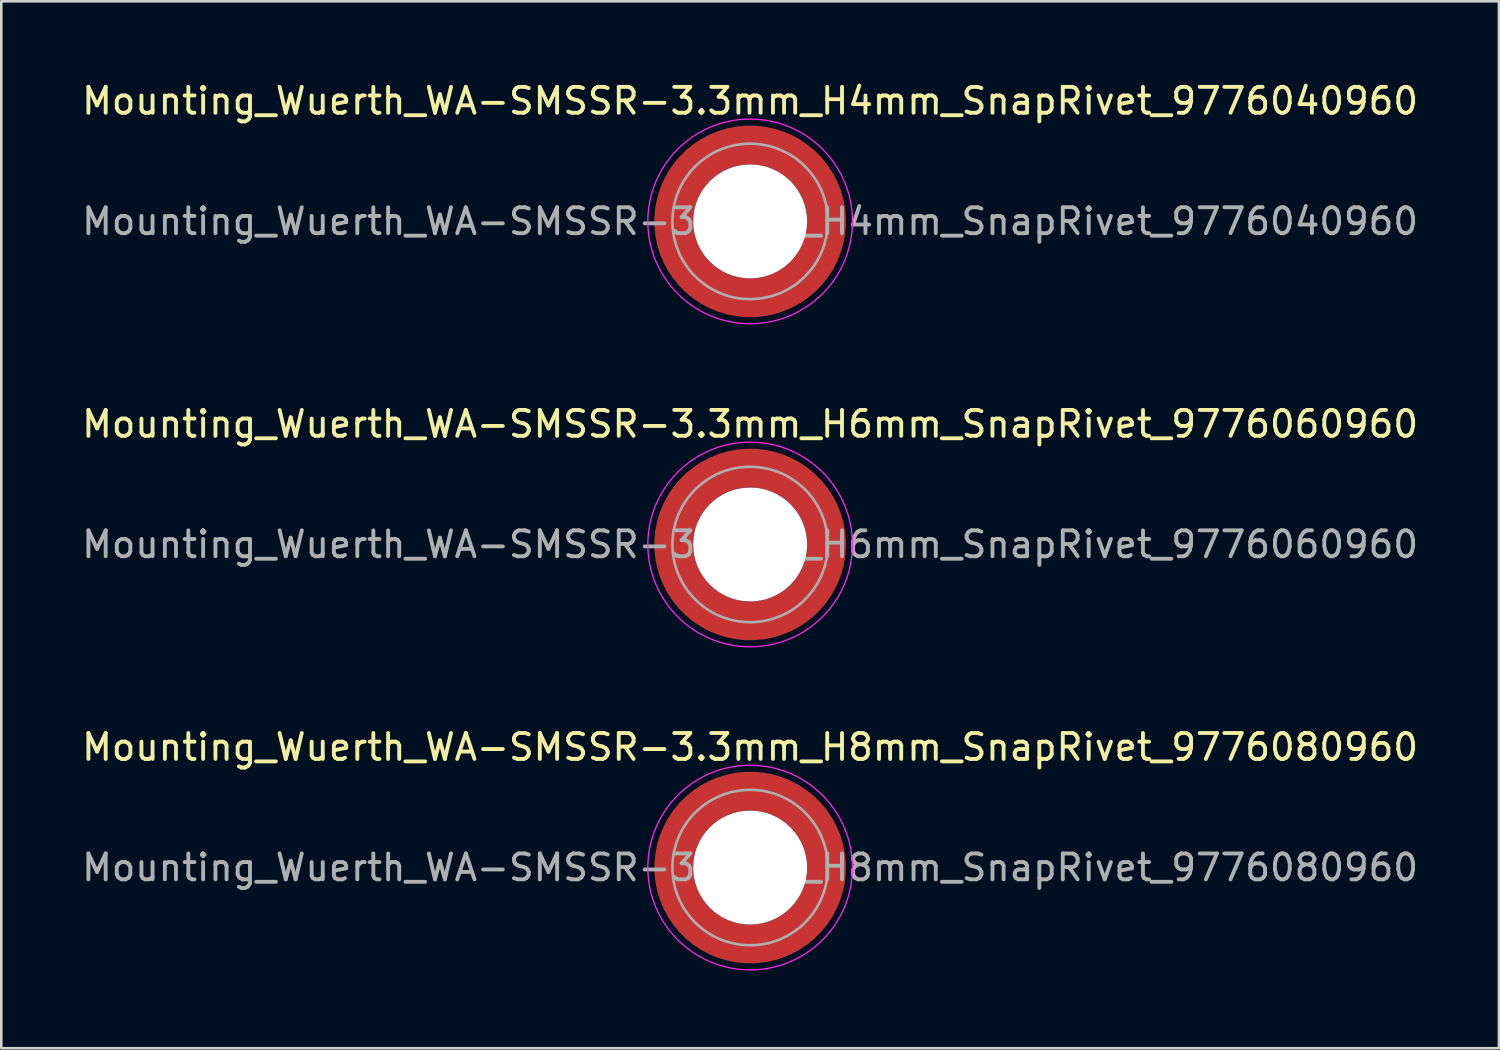
<source format=kicad_pcb>
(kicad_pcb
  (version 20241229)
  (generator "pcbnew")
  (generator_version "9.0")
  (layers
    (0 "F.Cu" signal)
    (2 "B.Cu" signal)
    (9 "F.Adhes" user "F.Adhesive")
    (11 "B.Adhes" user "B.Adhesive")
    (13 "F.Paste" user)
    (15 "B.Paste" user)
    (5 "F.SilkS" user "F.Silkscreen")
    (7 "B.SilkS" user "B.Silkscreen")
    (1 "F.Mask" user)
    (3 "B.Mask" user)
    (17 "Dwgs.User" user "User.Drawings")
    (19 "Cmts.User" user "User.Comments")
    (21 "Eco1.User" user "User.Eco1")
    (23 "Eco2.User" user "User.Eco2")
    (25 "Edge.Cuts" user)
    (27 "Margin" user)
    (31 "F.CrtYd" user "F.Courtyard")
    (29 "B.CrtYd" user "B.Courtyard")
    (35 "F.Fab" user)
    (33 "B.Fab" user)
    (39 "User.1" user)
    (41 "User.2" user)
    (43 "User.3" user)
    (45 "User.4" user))
  (footprint "Mounting_Wuerth_WA-SMSSR-3.3mm_H6mm_SnapRivet_9776060960"
    (layer "F.Cu")
    (at 25.911 17.971)
    (property "Reference" "Mounting_Wuerth_WA-SMSSR-3.3mm_H6mm_SnapRivet_9776060960" (at 0 -4.65 0) (layer "F.SilkS") (effects (font (size 1 1) (thickness 0.15))))
    (attr smd allow_soldermask_bridges)
    (fp_circle (center 0 0) (end 3.95 0) (stroke (width 0.05) (type solid)) (fill no) (layer "F.CrtYd"))
    (fp_circle (center 0 0) (end 3 0) (stroke (width 0.1) (type solid)) (fill no) (layer "F.Fab"))
    (fp_text user "${REFERENCE}" (at 0 0 0) (layer "F.Fab") (effects (font (size 1 1) (thickness 0.15))))
    (pad "" smd custom (at -2.077 -2.077) (size 0.698 0.698) (layers "F.Paste") (options (anchor circle)) (primitives (gr_arc (start -0.208831 1.577126) (mid 0.422496 0.422496) (end 1.577126 -0.208831) (width 0.2)) (gr_arc (start -0.310669 1.577126) (mid 0.35208 0.35208) (end 1.577126 -0.310669) (width 0.2)) (gr_arc (start -0.412325 1.577126) (mid 0.281664 0.281664) (end 1.577126 -0.412325) (width 0.2)) (gr_arc (start -0.51382 1.577126) (mid 0.211248 0.211248) (end 1.577126 -0.51382) (width 0.2)) (gr_arc (start -0.615172 1.577126) (mid 0.140832 0.140832) (end 1.577126 -0.615172) (width 0.2)) (gr_arc (start -0.716397 1.577126) (mid 0.070416 0.070416) (end 1.577126 -0.716397) (width 0.2)) (gr_arc (start -0.817508 1.577126) (mid 0 0) (end 1.577126 -0.817508) (width 0.2)) (gr_arc (start -0.918517 1.577126) (mid -0.070416 -0.070416) (end 1.577126 -0.918517) (width 0.2)) (gr_arc (start -1.019433 1.577126) (mid -0.140832 -0.140832) (end 1.577126 -1.019433) (width 0.2)) (gr_arc (start -1.120266 1.577126) (mid -0.211248 -0.211248) (end 1.577126 -1.120266) (width 0.2)) (gr_arc (start -1.221022 1.577126) (mid -0.281664 -0.281664) (end 1.577126 -1.221022) (width 0.2)) (gr_arc (start -1.32171 1.577126) (mid -0.35208 -0.35208) (end 1.577126 -1.32171) (width 0.2)) (gr_arc (start -1.422335 1.577126) (mid -0.422496 -0.422496) (end 1.577126 -1.422335) (width 0.2)) (gr_line (start 1.577 -0.209) (end 1.577 -1.422) (width 0.2)) (gr_line (start -0.209 1.577) (end -1.422 1.577) (width 0.2))))
    (pad "" smd custom (at -2.077 2.077) (size 0.698 0.698) (layers "F.Paste") (options (anchor circle)) (primitives (gr_arc (start 1.577126 0.208831) (mid 0.422496 -0.422496) (end -0.208831 -1.577126) (width 0.2)) (gr_arc (start 1.577126 0.310669) (mid 0.35208 -0.35208) (end -0.310669 -1.577126) (width 0.2)) (gr_arc (start 1.577126 0.412325) (mid 0.281664 -0.281664) (end -0.412325 -1.577126) (width 0.2)) (gr_arc (start 1.577126 0.51382) (mid 0.211248 -0.211248) (end -0.51382 -1.577126) (width 0.2)) (gr_arc (start 1.577126 0.615172) (mid 0.140832 -0.140832) (end -0.615172 -1.577126) (width 0.2)) (gr_arc (start 1.577126 0.716397) (mid 0.070416 -0.070416) (end -0.716397 -1.577126) (width 0.2)) (gr_arc (start 1.577126 0.817508) (mid 0 0) (end -0.817508 -1.577126) (width 0.2)) (gr_arc (start 1.577126 0.918517) (mid -0.070416 0.070416) (end -0.918517 -1.577126) (width 0.2)) (gr_arc (start 1.577126 1.019433) (mid -0.140832 0.140832) (end -1.019433 -1.577126) (width 0.2)) (gr_arc (start 1.577126 1.120266) (mid -0.211248 0.211248) (end -1.120266 -1.577126) (width 0.2)) (gr_arc (start 1.577126 1.221022) (mid -0.281664 0.281664) (end -1.221022 -1.577126) (width 0.2)) (gr_arc (start 1.577126 1.32171) (mid -0.35208 0.35208) (end -1.32171 -1.577126) (width 0.2)) (gr_arc (start 1.577126 1.422335) (mid -0.422496 0.422496) (end -1.422335 -1.577126) (width 0.2)) (gr_line (start -0.209 -1.577) (end -1.422 -1.577) (width 0.2)) (gr_line (start 1.577 0.209) (end 1.577 1.422) (width 0.2))))
    (pad "" np_thru_hole circle (at 0 0) (size 4.4 4.4) (drill 4.4) (layers "*.Cu" "*.Mask"))
    (pad "" smd custom (at 2.077 -2.077) (size 0.698 0.698) (layers "F.Paste") (options (anchor circle)) (primitives (gr_arc (start -1.577126 -0.208831) (mid -0.422496 0.422496) (end 0.208831 1.577126) (width 0.2)) (gr_arc (start -1.577126 -0.310669) (mid -0.35208 0.35208) (end 0.310669 1.577126) (width 0.2)) (gr_arc (start -1.577126 -0.412325) (mid -0.281664 0.281664) (end 0.412325 1.577126) (width 0.2)) (gr_arc (start -1.577126 -0.51382) (mid -0.211248 0.211248) (end 0.51382 1.577126) (width 0.2)) (gr_arc (start -1.577126 -0.615172) (mid -0.140832 0.140832) (end 0.615172 1.577126) (width 0.2)) (gr_arc (start -1.577126 -0.716397) (mid -0.070416 0.070416) (end 0.716397 1.577126) (width 0.2)) (gr_arc (start -1.577126 -0.817508) (mid 0 0) (end 0.817508 1.577126) (width 0.2)) (gr_arc (start -1.577126 -0.918517) (mid 0.070416 -0.070416) (end 0.918517 1.577126) (width 0.2)) (gr_arc (start -1.577126 -1.019433) (mid 0.140832 -0.140832) (end 1.019433 1.577126) (width 0.2)) (gr_arc (start -1.577126 -1.120266) (mid 0.211248 -0.211248) (end 1.120266 1.577126) (width 0.2)) (gr_arc (start -1.577126 -1.221022) (mid 0.281664 -0.281664) (end 1.221022 1.577126) (width 0.2)) (gr_arc (start -1.577126 -1.32171) (mid 0.35208 -0.35208) (end 1.32171 1.577126) (width 0.2)) (gr_arc (start -1.577126 -1.422335) (mid 0.422496 -0.422496) (end 1.422335 1.577126) (width 0.2)) (gr_line (start 0.209 1.577) (end 1.422 1.577) (width 0.2)) (gr_line (start -1.577 -0.209) (end -1.577 -1.422) (width 0.2))))
    (pad "" smd custom (at 2.077 2.077) (size 0.698 0.698) (layers "F.Paste") (options (anchor circle)) (primitives (gr_arc (start 0.208831 -1.577126) (mid -0.422496 -0.422496) (end -1.577126 0.208831) (width 0.2)) (gr_arc (start 0.310669 -1.577126) (mid -0.35208 -0.35208) (end -1.577126 0.310669) (width 0.2)) (gr_arc (start 0.412325 -1.577126) (mid -0.281664 -0.281664) (end -1.577126 0.412325) (width 0.2)) (gr_arc (start 0.51382 -1.577126) (mid -0.211248 -0.211248) (end -1.577126 0.51382) (width 0.2)) (gr_arc (start 0.615172 -1.577126) (mid -0.140832 -0.140832) (end -1.577126 0.615172) (width 0.2)) (gr_arc (start 0.716397 -1.577126) (mid -0.070416 -0.070416) (end -1.577126 0.716397) (width 0.2)) (gr_arc (start 0.817508 -1.577126) (mid 0 0) (end -1.577126 0.817508) (width 0.2)) (gr_arc (start 0.918517 -1.577126) (mid 0.070416 0.070416) (end -1.577126 0.918517) (width 0.2)) (gr_arc (start 1.019433 -1.577126) (mid 0.140832 0.140832) (end -1.577126 1.019433) (width 0.2)) (gr_arc (start 1.120266 -1.577126) (mid 0.211248 0.211248) (end -1.577126 1.120266) (width 0.2)) (gr_arc (start 1.221022 -1.577126) (mid 0.281664 0.281664) (end -1.577126 1.221022) (width 0.2)) (gr_arc (start 1.32171 -1.577126) (mid 0.35208 0.35208) (end -1.577126 1.32171) (width 0.2)) (gr_arc (start 1.422335 -1.577126) (mid 0.422496 0.422496) (end -1.577126 1.422335) (width 0.2)) (gr_line (start -1.577 0.209) (end -1.577 1.422) (width 0.2)) (gr_line (start 0.209 -1.577) (end 1.422 -1.577) (width 0.2))))
    (pad "1" smd circle (at -2.95 0) (size 0.992 0.992) (layers "F.Cu"))
    (pad "1" smd circle (at 0 -2.95) (size 0.992 0.992) (layers "F.Cu"))
    (pad "1" smd circle (at 0 2.95) (size 0.992 0.992) (layers "F.Cu"))
    (pad "1" smd custom (at 2.95 0) (size 1.5 1.5) (layers "F.Cu" "F.Mask") (options (anchor circle)) (primitives (gr_circle (center -2.95 0) (end 0 0) (width 1.5) (fill no)))))
  (footprint "Mounting_Wuerth_WA-SMSSR-3.3mm_H8mm_SnapRivet_9776080960"
    (layer "F.Cu")
    (at 25.911 30.445)
    (property "Reference" "Mounting_Wuerth_WA-SMSSR-3.3mm_H8mm_SnapRivet_9776080960" (at 0 -4.65 0) (layer "F.SilkS") (effects (font (size 1 1) (thickness 0.15))))
    (attr smd allow_soldermask_bridges)
    (fp_circle (center 0 0) (end 3.95 0) (stroke (width 0.05) (type solid)) (fill no) (layer "F.CrtYd"))
    (fp_circle (center 0 0) (end 3 0) (stroke (width 0.1) (type solid)) (fill no) (layer "F.Fab"))
    (fp_text user "${REFERENCE}" (at 0 0 0) (layer "F.Fab") (effects (font (size 1 1) (thickness 0.15))))
    (pad "" smd custom (at -2.077 -2.077) (size 0.698 0.698) (layers "F.Paste") (options (anchor circle)) (primitives (gr_arc (start -0.208831 1.577126) (mid 0.422496 0.422496) (end 1.577126 -0.208831) (width 0.2)) (gr_arc (start -0.310669 1.577126) (mid 0.35208 0.35208) (end 1.577126 -0.310669) (width 0.2)) (gr_arc (start -0.412325 1.577126) (mid 0.281664 0.281664) (end 1.577126 -0.412325) (width 0.2)) (gr_arc (start -0.51382 1.577126) (mid 0.211248 0.211248) (end 1.577126 -0.51382) (width 0.2)) (gr_arc (start -0.615172 1.577126) (mid 0.140832 0.140832) (end 1.577126 -0.615172) (width 0.2)) (gr_arc (start -0.716397 1.577126) (mid 0.070416 0.070416) (end 1.577126 -0.716397) (width 0.2)) (gr_arc (start -0.817508 1.577126) (mid 0 0) (end 1.577126 -0.817508) (width 0.2)) (gr_arc (start -0.918517 1.577126) (mid -0.070416 -0.070416) (end 1.577126 -0.918517) (width 0.2)) (gr_arc (start -1.019433 1.577126) (mid -0.140832 -0.140832) (end 1.577126 -1.019433) (width 0.2)) (gr_arc (start -1.120266 1.577126) (mid -0.211248 -0.211248) (end 1.577126 -1.120266) (width 0.2)) (gr_arc (start -1.221022 1.577126) (mid -0.281664 -0.281664) (end 1.577126 -1.221022) (width 0.2)) (gr_arc (start -1.32171 1.577126) (mid -0.35208 -0.35208) (end 1.577126 -1.32171) (width 0.2)) (gr_arc (start -1.422335 1.577126) (mid -0.422496 -0.422496) (end 1.577126 -1.422335) (width 0.2)) (gr_line (start 1.577 -0.209) (end 1.577 -1.422) (width 0.2)) (gr_line (start -0.209 1.577) (end -1.422 1.577) (width 0.2))))
    (pad "" smd custom (at -2.077 2.077) (size 0.698 0.698) (layers "F.Paste") (options (anchor circle)) (primitives (gr_arc (start 1.577126 0.208831) (mid 0.422496 -0.422496) (end -0.208831 -1.577126) (width 0.2)) (gr_arc (start 1.577126 0.310669) (mid 0.35208 -0.35208) (end -0.310669 -1.577126) (width 0.2)) (gr_arc (start 1.577126 0.412325) (mid 0.281664 -0.281664) (end -0.412325 -1.577126) (width 0.2)) (gr_arc (start 1.577126 0.51382) (mid 0.211248 -0.211248) (end -0.51382 -1.577126) (width 0.2)) (gr_arc (start 1.577126 0.615172) (mid 0.140832 -0.140832) (end -0.615172 -1.577126) (width 0.2)) (gr_arc (start 1.577126 0.716397) (mid 0.070416 -0.070416) (end -0.716397 -1.577126) (width 0.2)) (gr_arc (start 1.577126 0.817508) (mid 0 0) (end -0.817508 -1.577126) (width 0.2)) (gr_arc (start 1.577126 0.918517) (mid -0.070416 0.070416) (end -0.918517 -1.577126) (width 0.2)) (gr_arc (start 1.577126 1.019433) (mid -0.140832 0.140832) (end -1.019433 -1.577126) (width 0.2)) (gr_arc (start 1.577126 1.120266) (mid -0.211248 0.211248) (end -1.120266 -1.577126) (width 0.2)) (gr_arc (start 1.577126 1.221022) (mid -0.281664 0.281664) (end -1.221022 -1.577126) (width 0.2)) (gr_arc (start 1.577126 1.32171) (mid -0.35208 0.35208) (end -1.32171 -1.577126) (width 0.2)) (gr_arc (start 1.577126 1.422335) (mid -0.422496 0.422496) (end -1.422335 -1.577126) (width 0.2)) (gr_line (start -0.209 -1.577) (end -1.422 -1.577) (width 0.2)) (gr_line (start 1.577 0.209) (end 1.577 1.422) (width 0.2))))
    (pad "" np_thru_hole circle (at 0 0) (size 4.4 4.4) (drill 4.4) (layers "*.Cu" "*.Mask"))
    (pad "" smd custom (at 2.077 -2.077) (size 0.698 0.698) (layers "F.Paste") (options (anchor circle)) (primitives (gr_arc (start -1.577126 -0.208831) (mid -0.422496 0.422496) (end 0.208831 1.577126) (width 0.2)) (gr_arc (start -1.577126 -0.310669) (mid -0.35208 0.35208) (end 0.310669 1.577126) (width 0.2)) (gr_arc (start -1.577126 -0.412325) (mid -0.281664 0.281664) (end 0.412325 1.577126) (width 0.2)) (gr_arc (start -1.577126 -0.51382) (mid -0.211248 0.211248) (end 0.51382 1.577126) (width 0.2)) (gr_arc (start -1.577126 -0.615172) (mid -0.140832 0.140832) (end 0.615172 1.577126) (width 0.2)) (gr_arc (start -1.577126 -0.716397) (mid -0.070416 0.070416) (end 0.716397 1.577126) (width 0.2)) (gr_arc (start -1.577126 -0.817508) (mid 0 0) (end 0.817508 1.577126) (width 0.2)) (gr_arc (start -1.577126 -0.918517) (mid 0.070416 -0.070416) (end 0.918517 1.577126) (width 0.2)) (gr_arc (start -1.577126 -1.019433) (mid 0.140832 -0.140832) (end 1.019433 1.577126) (width 0.2)) (gr_arc (start -1.577126 -1.120266) (mid 0.211248 -0.211248) (end 1.120266 1.577126) (width 0.2)) (gr_arc (start -1.577126 -1.221022) (mid 0.281664 -0.281664) (end 1.221022 1.577126) (width 0.2)) (gr_arc (start -1.577126 -1.32171) (mid 0.35208 -0.35208) (end 1.32171 1.577126) (width 0.2)) (gr_arc (start -1.577126 -1.422335) (mid 0.422496 -0.422496) (end 1.422335 1.577126) (width 0.2)) (gr_line (start 0.209 1.577) (end 1.422 1.577) (width 0.2)) (gr_line (start -1.577 -0.209) (end -1.577 -1.422) (width 0.2))))
    (pad "" smd custom (at 2.077 2.077) (size 0.698 0.698) (layers "F.Paste") (options (anchor circle)) (primitives (gr_arc (start 0.208831 -1.577126) (mid -0.422496 -0.422496) (end -1.577126 0.208831) (width 0.2)) (gr_arc (start 0.310669 -1.577126) (mid -0.35208 -0.35208) (end -1.577126 0.310669) (width 0.2)) (gr_arc (start 0.412325 -1.577126) (mid -0.281664 -0.281664) (end -1.577126 0.412325) (width 0.2)) (gr_arc (start 0.51382 -1.577126) (mid -0.211248 -0.211248) (end -1.577126 0.51382) (width 0.2)) (gr_arc (start 0.615172 -1.577126) (mid -0.140832 -0.140832) (end -1.577126 0.615172) (width 0.2)) (gr_arc (start 0.716397 -1.577126) (mid -0.070416 -0.070416) (end -1.577126 0.716397) (width 0.2)) (gr_arc (start 0.817508 -1.577126) (mid 0 0) (end -1.577126 0.817508) (width 0.2)) (gr_arc (start 0.918517 -1.577126) (mid 0.070416 0.070416) (end -1.577126 0.918517) (width 0.2)) (gr_arc (start 1.019433 -1.577126) (mid 0.140832 0.140832) (end -1.577126 1.019433) (width 0.2)) (gr_arc (start 1.120266 -1.577126) (mid 0.211248 0.211248) (end -1.577126 1.120266) (width 0.2)) (gr_arc (start 1.221022 -1.577126) (mid 0.281664 0.281664) (end -1.577126 1.221022) (width 0.2)) (gr_arc (start 1.32171 -1.577126) (mid 0.35208 0.35208) (end -1.577126 1.32171) (width 0.2)) (gr_arc (start 1.422335 -1.577126) (mid 0.422496 0.422496) (end -1.577126 1.422335) (width 0.2)) (gr_line (start -1.577 0.209) (end -1.577 1.422) (width 0.2)) (gr_line (start 0.209 -1.577) (end 1.422 -1.577) (width 0.2))))
    (pad "1" smd circle (at -2.95 0) (size 0.992 0.992) (layers "F.Cu"))
    (pad "1" smd circle (at 0 -2.95) (size 0.992 0.992) (layers "F.Cu"))
    (pad "1" smd circle (at 0 2.95) (size 0.992 0.992) (layers "F.Cu"))
    (pad "1" smd custom (at 2.95 0) (size 1.5 1.5) (layers "F.Cu" "F.Mask") (options (anchor circle)) (primitives (gr_circle (center -2.95 0) (end 0 0) (width 1.5) (fill no)))))
  (footprint "Mounting_Wuerth_WA-SMSSR-3.3mm_H4mm_SnapRivet_9776040960"
    (layer "F.Cu")
    (at 25.911 5.498)
    (property "Reference" "Mounting_Wuerth_WA-SMSSR-3.3mm_H4mm_SnapRivet_9776040960" (at 0 -4.65 0) (layer "F.SilkS") (effects (font (size 1 1) (thickness 0.15))))
    (attr smd allow_soldermask_bridges)
    (fp_circle (center 0 0) (end 3.95 0) (stroke (width 0.05) (type solid)) (fill no) (layer "F.CrtYd"))
    (fp_circle (center 0 0) (end 3 0) (stroke (width 0.1) (type solid)) (fill no) (layer "F.Fab"))
    (fp_text user "${REFERENCE}" (at 0 0 0) (layer "F.Fab") (effects (font (size 1 1) (thickness 0.15))))
    (pad "" smd custom (at -2.077 -2.077) (size 0.698 0.698) (layers "F.Paste") (options (anchor circle)) (primitives (gr_arc (start -0.208831 1.577126) (mid 0.422496 0.422496) (end 1.577126 -0.208831) (width 0.2)) (gr_arc (start -0.310669 1.577126) (mid 0.35208 0.35208) (end 1.577126 -0.310669) (width 0.2)) (gr_arc (start -0.412325 1.577126) (mid 0.281664 0.281664) (end 1.577126 -0.412325) (width 0.2)) (gr_arc (start -0.51382 1.577126) (mid 0.211248 0.211248) (end 1.577126 -0.51382) (width 0.2)) (gr_arc (start -0.615172 1.577126) (mid 0.140832 0.140832) (end 1.577126 -0.615172) (width 0.2)) (gr_arc (start -0.716397 1.577126) (mid 0.070416 0.070416) (end 1.577126 -0.716397) (width 0.2)) (gr_arc (start -0.817508 1.577126) (mid 0 0) (end 1.577126 -0.817508) (width 0.2)) (gr_arc (start -0.918517 1.577126) (mid -0.070416 -0.070416) (end 1.577126 -0.918517) (width 0.2)) (gr_arc (start -1.019433 1.577126) (mid -0.140832 -0.140832) (end 1.577126 -1.019433) (width 0.2)) (gr_arc (start -1.120266 1.577126) (mid -0.211248 -0.211248) (end 1.577126 -1.120266) (width 0.2)) (gr_arc (start -1.221022 1.577126) (mid -0.281664 -0.281664) (end 1.577126 -1.221022) (width 0.2)) (gr_arc (start -1.32171 1.577126) (mid -0.35208 -0.35208) (end 1.577126 -1.32171) (width 0.2)) (gr_arc (start -1.422335 1.577126) (mid -0.422496 -0.422496) (end 1.577126 -1.422335) (width 0.2)) (gr_line (start 1.577 -0.209) (end 1.577 -1.422) (width 0.2)) (gr_line (start -0.209 1.577) (end -1.422 1.577) (width 0.2))))
    (pad "" smd custom (at -2.077 2.077) (size 0.698 0.698) (layers "F.Paste") (options (anchor circle)) (primitives (gr_arc (start 1.577126 0.208831) (mid 0.422496 -0.422496) (end -0.208831 -1.577126) (width 0.2)) (gr_arc (start 1.577126 0.310669) (mid 0.35208 -0.35208) (end -0.310669 -1.577126) (width 0.2)) (gr_arc (start 1.577126 0.412325) (mid 0.281664 -0.281664) (end -0.412325 -1.577126) (width 0.2)) (gr_arc (start 1.577126 0.51382) (mid 0.211248 -0.211248) (end -0.51382 -1.577126) (width 0.2)) (gr_arc (start 1.577126 0.615172) (mid 0.140832 -0.140832) (end -0.615172 -1.577126) (width 0.2)) (gr_arc (start 1.577126 0.716397) (mid 0.070416 -0.070416) (end -0.716397 -1.577126) (width 0.2)) (gr_arc (start 1.577126 0.817508) (mid 0 0) (end -0.817508 -1.577126) (width 0.2)) (gr_arc (start 1.577126 0.918517) (mid -0.070416 0.070416) (end -0.918517 -1.577126) (width 0.2)) (gr_arc (start 1.577126 1.019433) (mid -0.140832 0.140832) (end -1.019433 -1.577126) (width 0.2)) (gr_arc (start 1.577126 1.120266) (mid -0.211248 0.211248) (end -1.120266 -1.577126) (width 0.2)) (gr_arc (start 1.577126 1.221022) (mid -0.281664 0.281664) (end -1.221022 -1.577126) (width 0.2)) (gr_arc (start 1.577126 1.32171) (mid -0.35208 0.35208) (end -1.32171 -1.577126) (width 0.2)) (gr_arc (start 1.577126 1.422335) (mid -0.422496 0.422496) (end -1.422335 -1.577126) (width 0.2)) (gr_line (start -0.209 -1.577) (end -1.422 -1.577) (width 0.2)) (gr_line (start 1.577 0.209) (end 1.577 1.422) (width 0.2))))
    (pad "" np_thru_hole circle (at 0 0) (size 4.4 4.4) (drill 4.4) (layers "*.Cu" "*.Mask"))
    (pad "" smd custom (at 2.077 -2.077) (size 0.698 0.698) (layers "F.Paste") (options (anchor circle)) (primitives (gr_arc (start -1.577126 -0.208831) (mid -0.422496 0.422496) (end 0.208831 1.577126) (width 0.2)) (gr_arc (start -1.577126 -0.310669) (mid -0.35208 0.35208) (end 0.310669 1.577126) (width 0.2)) (gr_arc (start -1.577126 -0.412325) (mid -0.281664 0.281664) (end 0.412325 1.577126) (width 0.2)) (gr_arc (start -1.577126 -0.51382) (mid -0.211248 0.211248) (end 0.51382 1.577126) (width 0.2)) (gr_arc (start -1.577126 -0.615172) (mid -0.140832 0.140832) (end 0.615172 1.577126) (width 0.2)) (gr_arc (start -1.577126 -0.716397) (mid -0.070416 0.070416) (end 0.716397 1.577126) (width 0.2)) (gr_arc (start -1.577126 -0.817508) (mid 0 0) (end 0.817508 1.577126) (width 0.2)) (gr_arc (start -1.577126 -0.918517) (mid 0.070416 -0.070416) (end 0.918517 1.577126) (width 0.2)) (gr_arc (start -1.577126 -1.019433) (mid 0.140832 -0.140832) (end 1.019433 1.577126) (width 0.2)) (gr_arc (start -1.577126 -1.120266) (mid 0.211248 -0.211248) (end 1.120266 1.577126) (width 0.2)) (gr_arc (start -1.577126 -1.221022) (mid 0.281664 -0.281664) (end 1.221022 1.577126) (width 0.2)) (gr_arc (start -1.577126 -1.32171) (mid 0.35208 -0.35208) (end 1.32171 1.577126) (width 0.2)) (gr_arc (start -1.577126 -1.422335) (mid 0.422496 -0.422496) (end 1.422335 1.577126) (width 0.2)) (gr_line (start 0.209 1.577) (end 1.422 1.577) (width 0.2)) (gr_line (start -1.577 -0.209) (end -1.577 -1.422) (width 0.2))))
    (pad "" smd custom (at 2.077 2.077) (size 0.698 0.698) (layers "F.Paste") (options (anchor circle)) (primitives (gr_arc (start 0.208831 -1.577126) (mid -0.422496 -0.422496) (end -1.577126 0.208831) (width 0.2)) (gr_arc (start 0.310669 -1.577126) (mid -0.35208 -0.35208) (end -1.577126 0.310669) (width 0.2)) (gr_arc (start 0.412325 -1.577126) (mid -0.281664 -0.281664) (end -1.577126 0.412325) (width 0.2)) (gr_arc (start 0.51382 -1.577126) (mid -0.211248 -0.211248) (end -1.577126 0.51382) (width 0.2)) (gr_arc (start 0.615172 -1.577126) (mid -0.140832 -0.140832) (end -1.577126 0.615172) (width 0.2)) (gr_arc (start 0.716397 -1.577126) (mid -0.070416 -0.070416) (end -1.577126 0.716397) (width 0.2)) (gr_arc (start 0.817508 -1.577126) (mid 0 0) (end -1.577126 0.817508) (width 0.2)) (gr_arc (start 0.918517 -1.577126) (mid 0.070416 0.070416) (end -1.577126 0.918517) (width 0.2)) (gr_arc (start 1.019433 -1.577126) (mid 0.140832 0.140832) (end -1.577126 1.019433) (width 0.2)) (gr_arc (start 1.120266 -1.577126) (mid 0.211248 0.211248) (end -1.577126 1.120266) (width 0.2)) (gr_arc (start 1.221022 -1.577126) (mid 0.281664 0.281664) (end -1.577126 1.221022) (width 0.2)) (gr_arc (start 1.32171 -1.577126) (mid 0.35208 0.35208) (end -1.577126 1.32171) (width 0.2)) (gr_arc (start 1.422335 -1.577126) (mid 0.422496 0.422496) (end -1.577126 1.422335) (width 0.2)) (gr_line (start -1.577 0.209) (end -1.577 1.422) (width 0.2)) (gr_line (start 0.209 -1.577) (end 1.422 -1.577) (width 0.2))))
    (pad "1" smd circle (at -2.95 0) (size 0.992 0.992) (layers "F.Cu"))
    (pad "1" smd circle (at 0 -2.95) (size 0.992 0.992) (layers "F.Cu"))
    (pad "1" smd circle (at 0 2.95) (size 0.992 0.992) (layers "F.Cu"))
    (pad "1" smd custom (at 2.95 0) (size 1.5 1.5) (layers "F.Cu" "F.Mask") (options (anchor circle)) (primitives (gr_circle (center -2.95 0) (end 0 0) (width 1.5) (fill no)))))
  (gr_rect
    (start -3 -3)
    (end 54.821 37.42)
    (stroke (width 0.1) (type default))
    (fill no)
    (layer "Edge.Cuts")))
</source>
